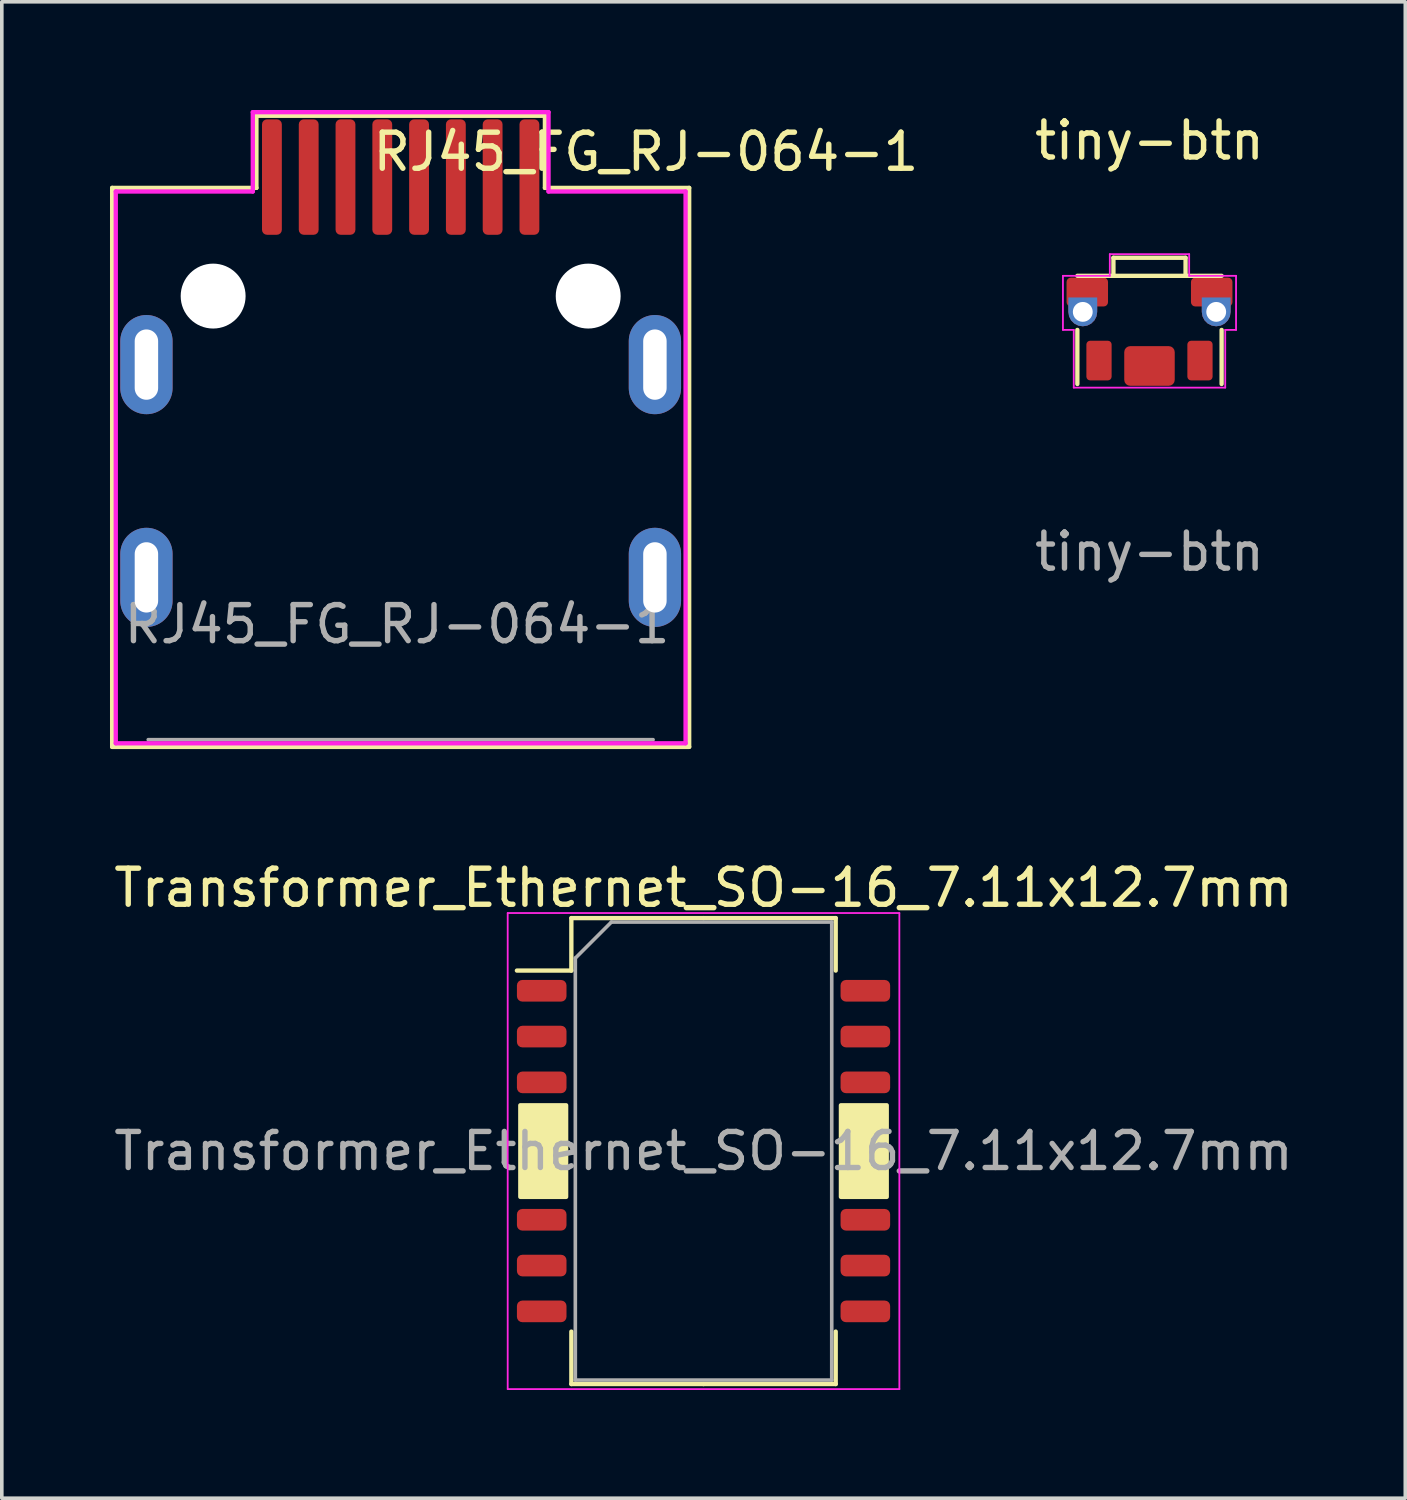
<source format=kicad_pcb>
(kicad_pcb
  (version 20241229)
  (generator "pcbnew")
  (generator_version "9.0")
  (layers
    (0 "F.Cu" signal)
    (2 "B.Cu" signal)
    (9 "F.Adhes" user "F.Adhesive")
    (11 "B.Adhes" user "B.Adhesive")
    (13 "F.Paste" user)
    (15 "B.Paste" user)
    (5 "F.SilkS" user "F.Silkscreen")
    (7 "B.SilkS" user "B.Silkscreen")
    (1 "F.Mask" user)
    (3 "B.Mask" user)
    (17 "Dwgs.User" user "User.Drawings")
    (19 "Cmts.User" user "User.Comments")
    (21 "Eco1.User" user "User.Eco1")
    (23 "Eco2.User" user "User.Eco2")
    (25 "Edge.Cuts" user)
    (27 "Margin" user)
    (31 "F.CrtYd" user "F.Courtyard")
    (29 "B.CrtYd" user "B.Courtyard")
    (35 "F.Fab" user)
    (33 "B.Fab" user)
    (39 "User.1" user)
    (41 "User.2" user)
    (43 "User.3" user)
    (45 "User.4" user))
  (footprint "tiny-btn"
    (layer "F.Cu")
    (at 28.824 5.598)
    (property "Reference" "tiny-btn" (at 0 -4.75 0) (unlocked yes) (layer "F.SilkS") (effects (font (size 1 1) (thickness 0.15))))
    (attr smd)
    (fp_line (start -2 -1) (end 2 -1) (stroke (width 0.12) (type solid)) (layer "F.SilkS"))
    (fp_line (start -2 0.5) (end -2 2) (stroke (width 0.12) (type solid)) (layer "F.SilkS"))
    (fp_line (start -1 -1.5) (end -1 -1) (stroke (width 0.12) (type solid)) (layer "F.SilkS"))
    (fp_line (start -1 -1.5) (end 1 -1.5) (stroke (width 0.12) (type solid)) (layer "F.SilkS"))
    (fp_line (start 1 -1.5) (end 1 -1) (stroke (width 0.12) (type solid)) (layer "F.SilkS"))
    (fp_line (start 2 0.5) (end 2 2) (stroke (width 0.12) (type solid)) (layer "F.SilkS"))
    (fp_line (start -2.4 -1) (end -1.1 -1) (stroke (width 0.05) (type solid)) (layer "F.CrtYd"))
    (fp_line (start -2.4 0.5) (end -2.4 -1) (stroke (width 0.05) (type solid)) (layer "F.CrtYd"))
    (fp_line (start -2.1 0.5) (end -2.4 0.5) (stroke (width 0.05) (type solid)) (layer "F.CrtYd"))
    (fp_line (start -2.1 2.1) (end -2.1 0.5) (stroke (width 0.05) (type solid)) (layer "F.CrtYd"))
    (fp_line (start -1.1 -1.6) (end 1.1 -1.6) (stroke (width 0.05) (type solid)) (layer "F.CrtYd"))
    (fp_line (start -1.1 -1) (end -1.1 -1.6) (stroke (width 0.05) (type solid)) (layer "F.CrtYd"))
    (fp_line (start 1.1 -1.6) (end 1.1 -1) (stroke (width 0.05) (type solid)) (layer "F.CrtYd"))
    (fp_line (start 1.1 -1) (end 2.4 -1) (stroke (width 0.05) (type solid)) (layer "F.CrtYd"))
    (fp_line (start 2.1 0.5) (end 2.1 2.1) (stroke (width 0.05) (type solid)) (layer "F.CrtYd"))
    (fp_line (start 2.1 2.1) (end -2.1 2.1) (stroke (width 0.05) (type solid)) (layer "F.CrtYd"))
    (fp_line (start 2.4 -1) (end 2.4 0.5) (stroke (width 0.05) (type solid)) (layer "F.CrtYd"))
    (fp_line (start 2.4 0.5) (end 2.1 0.5) (stroke (width 0.05) (type solid)) (layer "F.CrtYd"))
    (fp_text user "${REFERENCE}" (at 0 6.65 0) (unlocked yes) (layer "F.Fab") (effects (font (size 1 1) (thickness 0.15))))
    (pad "1" smd roundrect (at 1.4 1.35) (size 0.7 1.1) (layers "F.Cu" "F.Mask" "F.Paste") (roundrect_rratio 0.15))
    (pad "2" smd roundrect (at -1.4 1.35) (size 0.7 1.1) (layers "F.Cu" "F.Mask" "F.Paste") (roundrect_rratio 0.15))
    (pad "MP" thru_hole roundrect (at -1.85 0) (size 0.8 0.8) (drill 0.55) (layers "*.Cu" "*.Mask") (roundrect_rratio 0.5) (chamfer_ratio 0) (chamfer top_left top_right))
    (pad "MP" smd roundrect (at -1.725 -0.55) (size 1.15 0.8) (layers "F.Cu" "F.Mask" "F.Paste") (roundrect_rratio 0.15))
    (pad "MP" smd roundrect (at 0 1.5) (size 1.4 1.1) (layers "F.Cu" "F.Mask" "F.Paste") (roundrect_rratio 0.15))
    (pad "MP" smd roundrect (at 1.725 -0.55) (size 1.15 0.8) (layers "F.Cu" "F.Mask" "F.Paste") (roundrect_rratio 0.15))
    (pad "MP" thru_hole roundrect (at 1.85 0) (size 0.8 0.8) (drill 0.55) (layers "*.Cu" "*.Mask") (roundrect_rratio 0.5) (chamfer_ratio 0) (chamfer top_left top_right)))
  (footprint "Transformer_Ethernet_SO-16_7.11x12.7mm"
    (layer "F.Cu")
    (at 16.458 28.868)
    (property "Reference" "Transformer_Ethernet_SO-16_7.11x12.7mm" (at 0 -7.3 0) (layer "F.SilkS") (effects (font (size 1 1) (thickness 0.15))))
    (attr smd)
    (fp_line (start -3.665 -6.46) (end -3.665 -5.005) (stroke (width 0.12) (type solid)) (layer "F.SilkS"))
    (fp_line (start -3.665 -5.005) (end -5.175 -5.005) (stroke (width 0.12) (type solid)) (layer "F.SilkS"))
    (fp_line (start -3.665 6.46) (end -3.665 5.005) (stroke (width 0.12) (type solid)) (layer "F.SilkS"))
    (fp_line (start 0 -6.46) (end -3.665 -6.46) (stroke (width 0.12) (type solid)) (layer "F.SilkS"))
    (fp_line (start 0 -6.46) (end 3.665 -6.46) (stroke (width 0.12) (type solid)) (layer "F.SilkS"))
    (fp_line (start 0 6.46) (end -3.665 6.46) (stroke (width 0.12) (type solid)) (layer "F.SilkS"))
    (fp_line (start 0 6.46) (end 3.665 6.46) (stroke (width 0.12) (type solid)) (layer "F.SilkS"))
    (fp_line (start 3.665 -6.46) (end 3.665 -5.005) (stroke (width 0.12) (type solid)) (layer "F.SilkS"))
    (fp_line (start 3.665 6.46) (end 3.665 5.005) (stroke (width 0.12) (type solid)) (layer "F.SilkS"))
    (fp_rect (start -5.08 -1.27) (end -3.81 1.27) (stroke (width 0.12) (type solid)) (fill yes) (layer "F.SilkS"))
    (fp_rect (start 3.81 -1.27) (end 5.08 1.27) (stroke (width 0.12) (type solid)) (fill yes) (layer "F.SilkS"))
    (fp_line (start -5.43 -6.6) (end -5.43 6.6) (stroke (width 0.05) (type solid)) (layer "F.CrtYd"))
    (fp_line (start -5.43 6.6) (end 5.43 6.6) (stroke (width 0.05) (type solid)) (layer "F.CrtYd"))
    (fp_line (start 5.43 -6.6) (end -5.43 -6.6) (stroke (width 0.05) (type solid)) (layer "F.CrtYd"))
    (fp_line (start 5.43 6.6) (end 5.43 -6.6) (stroke (width 0.05) (type solid)) (layer "F.CrtYd"))
    (fp_line (start -3.555 -5.35) (end -2.555 -6.35) (stroke (width 0.1) (type solid)) (layer "F.Fab"))
    (fp_line (start -3.555 6.35) (end -3.555 -5.35) (stroke (width 0.1) (type solid)) (layer "F.Fab"))
    (fp_line (start -2.555 -6.35) (end 3.555 -6.35) (stroke (width 0.1) (type solid)) (layer "F.Fab"))
    (fp_line (start 3.555 -6.35) (end 3.555 6.35) (stroke (width 0.1) (type solid)) (layer "F.Fab"))
    (fp_line (start 3.555 6.35) (end -3.555 6.35) (stroke (width 0.1) (type solid)) (layer "F.Fab"))
    (fp_text user "${REFERENCE}" (at 0 0 0) (layer "F.Fab") (effects (font (size 1 1) (thickness 0.15))))
    (pad "1" smd roundrect (at -4.487 -4.445) (size 1.375 0.6) (layers "F.Cu" "F.Mask" "F.Paste") (roundrect_rratio 0.25))
    (pad "2" smd roundrect (at -4.487 -3.175) (size 1.375 0.6) (layers "F.Cu" "F.Mask" "F.Paste") (roundrect_rratio 0.25))
    (pad "3" smd roundrect (at -4.487 -1.905) (size 1.375 0.6) (layers "F.Cu" "F.Mask" "F.Paste") (roundrect_rratio 0.25))
    (pad "6" smd roundrect (at -4.487 1.905) (size 1.375 0.6) (layers "F.Cu" "F.Mask" "F.Paste") (roundrect_rratio 0.25))
    (pad "7" smd roundrect (at -4.487 3.175) (size 1.375 0.6) (layers "F.Cu" "F.Mask" "F.Paste") (roundrect_rratio 0.25))
    (pad "8" smd roundrect (at -4.487 4.445) (size 1.375 0.6) (layers "F.Cu" "F.Mask" "F.Paste") (roundrect_rratio 0.25))
    (pad "9" smd roundrect (at 4.487 4.445) (size 1.375 0.6) (layers "F.Cu" "F.Mask" "F.Paste") (roundrect_rratio 0.25))
    (pad "10" smd roundrect (at 4.487 3.175) (size 1.375 0.6) (layers "F.Cu" "F.Mask" "F.Paste") (roundrect_rratio 0.25))
    (pad "11" smd roundrect (at 4.487 1.905) (size 1.375 0.6) (layers "F.Cu" "F.Mask" "F.Paste") (roundrect_rratio 0.25))
    (pad "14" smd roundrect (at 4.487 -1.905) (size 1.375 0.6) (layers "F.Cu" "F.Mask" "F.Paste") (roundrect_rratio 0.25))
    (pad "15" smd roundrect (at 4.487 -3.175) (size 1.375 0.6) (layers "F.Cu" "F.Mask" "F.Paste") (roundrect_rratio 0.25))
    (pad "16" smd roundrect (at 4.487 -4.445) (size 1.375 0.6) (layers "F.Cu" "F.Mask" "F.Paste") (roundrect_rratio 0.25)))
  (footprint "RJ45_FG_RJ-064-1"
    (layer "F.Cu")
    (at 8.06 5.16)
    (property "Reference" "RJ45_FG_RJ-064-1" (at 6.8 -4 0) (unlocked yes) (layer "F.SilkS") (effects (font (size 1 1) (thickness 0.15))))
    (attr smd)
    (fp_line (start -8 12.5) (end -8 -3) (stroke (width 0.12) (type solid)) (layer "F.SilkS"))
    (fp_line (start -4 -5) (end 4 -5) (stroke (width 0.12) (type solid)) (layer "F.SilkS"))
    (fp_line (start -4 -3) (end -8 -3) (stroke (width 0.12) (type solid)) (layer "F.SilkS"))
    (fp_line (start -4 -3) (end -4 -5) (stroke (width 0.12) (type solid)) (layer "F.SilkS"))
    (fp_line (start 4 -5) (end 4 -3) (stroke (width 0.12) (type solid)) (layer "F.SilkS"))
    (fp_line (start 4 -3) (end 8 -3) (stroke (width 0.12) (type solid)) (layer "F.SilkS"))
    (fp_line (start 8 -3) (end 8 12.5) (stroke (width 0.12) (type solid)) (layer "F.SilkS"))
    (fp_line (start 8 12.5) (end -8 12.5) (stroke (width 0.12) (type solid)) (layer "F.SilkS"))
    (fp_line (start -7.9 -2.9) (end -7.9 12.4) (stroke (width 0.12) (type solid)) (layer "F.CrtYd"))
    (fp_line (start -7.9 -2.9) (end -4.1 -2.9) (stroke (width 0.12) (type solid)) (layer "F.CrtYd"))
    (fp_line (start -7.9 12.4) (end 7.9 12.4) (stroke (width 0.12) (type solid)) (layer "F.CrtYd"))
    (fp_line (start -4.1 -5.1) (end 4.1 -5.1) (stroke (width 0.12) (type solid)) (layer "F.CrtYd"))
    (fp_line (start -4.1 -2.9) (end -4.1 -5.1) (stroke (width 0.12) (type solid)) (layer "F.CrtYd"))
    (fp_line (start 4.1 -5.1) (end 4.1 -2.9) (stroke (width 0.12) (type solid)) (layer "F.CrtYd"))
    (fp_line (start 4.1 -2.9) (end 7.9 -2.9) (stroke (width 0.12) (type solid)) (layer "F.CrtYd"))
    (fp_line (start 7.9 12.4) (end 7.9 -2.9) (stroke (width 0.12) (type solid)) (layer "F.CrtYd"))
    (fp_line (start -7 12.3) (end 7 12.3) (stroke (width 0.1) (type solid)) (layer "F.Fab"))
    (fp_text user "${REFERENCE}" (at -0.1 9.1 0) (unlocked yes) (layer "F.Fab") (effects (font (size 1 1) (thickness 0.15))))
    (pad "" np_thru_hole circle (at -5.2 0) (size 1.8 1.8) (drill 1.8) (layers "*.Cu" "*.Mask"))
    (pad "" np_thru_hole circle (at 5.2 0) (size 1.8 1.8) (drill 1.8) (layers "*.Cu" "*.Mask"))
    (pad "1" smd roundrect (at 3.57 -3.3) (size 0.55 3.2) (layers "F.Cu" "F.Mask" "F.Paste") (roundrect_rratio 0.25))
    (pad "2" smd roundrect (at 2.55 -3.3) (size 0.55 3.2) (layers "F.Cu" "F.Mask" "F.Paste") (roundrect_rratio 0.25))
    (pad "3" smd roundrect (at 1.53 -3.3) (size 0.55 3.2) (layers "F.Cu" "F.Mask" "F.Paste") (roundrect_rratio 0.25))
    (pad "4" smd roundrect (at 0.51 -3.3) (size 0.55 3.2) (layers "F.Cu" "F.Mask" "F.Paste") (roundrect_rratio 0.25))
    (pad "5" smd roundrect (at -0.51 -3.3) (size 0.55 3.2) (layers "F.Cu" "F.Mask" "F.Paste") (roundrect_rratio 0.25))
    (pad "6" smd roundrect (at -1.53 -3.3) (size 0.55 3.2) (layers "F.Cu" "F.Mask" "F.Paste") (roundrect_rratio 0.25))
    (pad "7" smd roundrect (at -2.55 -3.3) (size 0.55 3.2) (layers "F.Cu" "F.Mask" "F.Paste") (roundrect_rratio 0.25))
    (pad "8" smd roundrect (at -3.57 -3.3) (size 0.55 3.2) (layers "F.Cu" "F.Mask" "F.Paste") (roundrect_rratio 0.25))
    (pad "SH" thru_hole oval (at -7.05 1.9) (size 1.45 2.75) (drill oval 0.65 1.95) (layers "*.Cu" "*.Mask"))
    (pad "SH" thru_hole oval (at -7.05 7.8) (size 1.45 2.75) (drill oval 0.65 1.95) (layers "*.Cu" "*.Mask"))
    (pad "SH" thru_hole oval (at 7.05 1.9) (size 1.45 2.75) (drill oval 0.65 1.95) (layers "*.Cu" "*.Mask"))
    (pad "SH" thru_hole oval (at 7.05 7.8) (size 1.45 2.75) (drill oval 0.65 1.95) (layers "*.Cu" "*.Mask")))
  (gr_rect
    (start -3 -3)
    (end 35.917 38.493)
    (stroke (width 0.1) (type default))
    (fill no)
    (layer "Edge.Cuts")))
</source>
